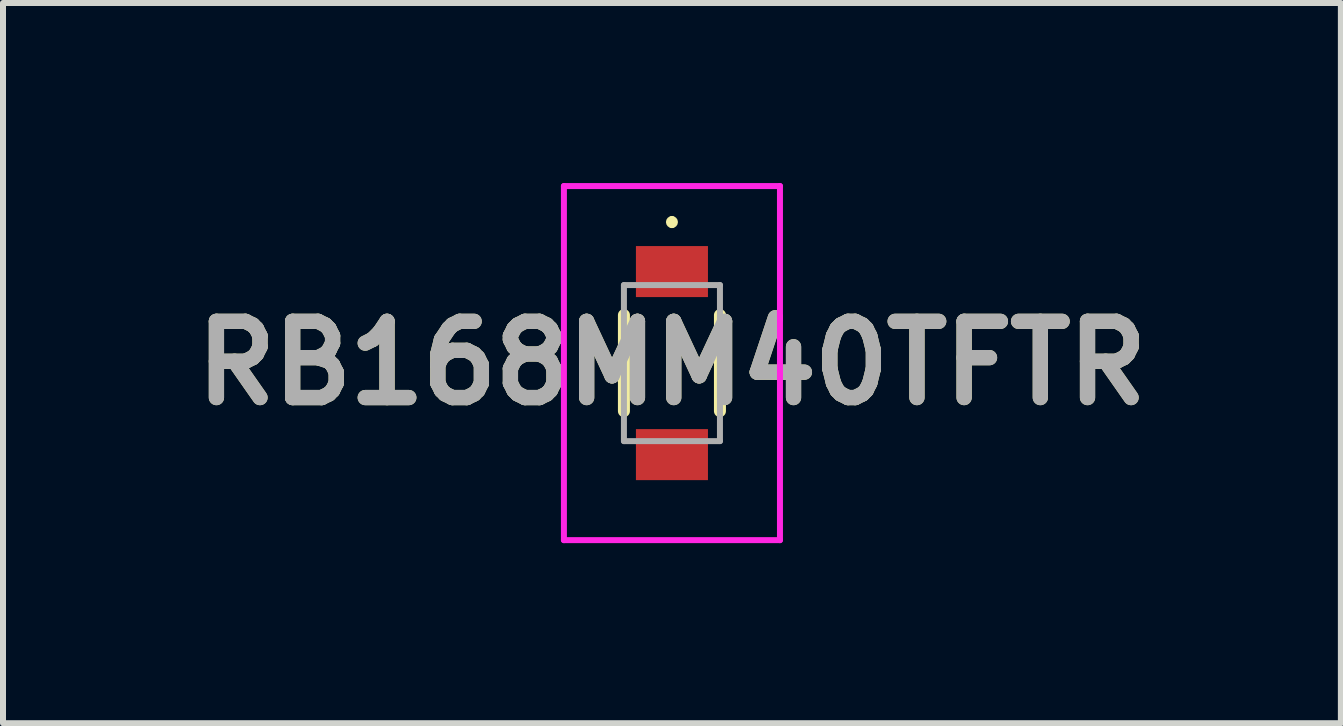
<source format=kicad_pcb>
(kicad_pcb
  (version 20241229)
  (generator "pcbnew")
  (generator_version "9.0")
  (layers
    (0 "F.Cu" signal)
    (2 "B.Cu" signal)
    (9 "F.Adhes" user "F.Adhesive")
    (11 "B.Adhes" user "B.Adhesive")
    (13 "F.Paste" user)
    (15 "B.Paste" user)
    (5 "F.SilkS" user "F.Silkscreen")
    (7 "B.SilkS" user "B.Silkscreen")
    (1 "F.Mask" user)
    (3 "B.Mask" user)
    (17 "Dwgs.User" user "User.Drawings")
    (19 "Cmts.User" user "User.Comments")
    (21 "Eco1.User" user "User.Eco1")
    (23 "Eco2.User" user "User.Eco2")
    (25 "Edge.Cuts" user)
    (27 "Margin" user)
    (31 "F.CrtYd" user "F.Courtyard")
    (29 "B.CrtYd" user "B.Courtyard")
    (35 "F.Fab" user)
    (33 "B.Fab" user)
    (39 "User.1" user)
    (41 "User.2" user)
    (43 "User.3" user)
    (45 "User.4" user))
  (footprint "RB168MM40TFTR"
    (layer "F.Cu")
    (at 8.146 3)
    (property "Reference" "RB168MM40TFTR" (at 0 0 0) (layer "F.SilkS") (effects (font (size 1.27 1.27) (thickness 0.254))))
    (attr smd)
    (fp_line (start -0.8 -0.8) (end -0.8 0.8) (stroke (width 0.2) (type solid)) (layer "F.SilkS"))
    (fp_line (start 0 -2.4) (end 0 -2.4) (stroke (width 0.1) (type solid)) (layer "F.SilkS"))
    (fp_line (start 0 -2.3) (end 0 -2.3) (stroke (width 0.1) (type solid)) (layer "F.SilkS"))
    (fp_line (start 0.8 -0.8) (end 0.8 0.8) (stroke (width 0.2) (type solid)) (layer "F.SilkS"))
    (fp_arc (start 0 -2.4) (mid 0.05 -2.35) (end 0 -2.3) (stroke (width 0.1) (type solid)) (layer "F.SilkS"))
    (fp_arc (start 0 -2.3) (mid -0.05 -2.35) (end 0 -2.4) (stroke (width 0.1) (type solid)) (layer "F.SilkS"))
    (fp_line (start -1.8 -2.95) (end 1.8 -2.95) (stroke (width 0.1) (type solid)) (layer "F.CrtYd"))
    (fp_line (start -1.8 2.95) (end -1.8 -2.95) (stroke (width 0.1) (type solid)) (layer "F.CrtYd"))
    (fp_line (start 1.8 -2.95) (end 1.8 2.95) (stroke (width 0.1) (type solid)) (layer "F.CrtYd"))
    (fp_line (start 1.8 2.95) (end -1.8 2.95) (stroke (width 0.1) (type solid)) (layer "F.CrtYd"))
    (fp_line (start -0.8 -1.3) (end 0.8 -1.3) (stroke (width 0.1) (type solid)) (layer "F.Fab"))
    (fp_line (start -0.8 1.3) (end -0.8 -1.3) (stroke (width 0.1) (type solid)) (layer "F.Fab"))
    (fp_line (start 0.8 -1.3) (end 0.8 1.3) (stroke (width 0.1) (type solid)) (layer "F.Fab"))
    (fp_line (start 0.8 1.3) (end -0.8 1.3) (stroke (width 0.1) (type solid)) (layer "F.Fab"))
    (fp_text user "${REFERENCE}" (at 0 0 0) (layer "F.Fab") (effects (font (size 1.27 1.27) (thickness 0.254))))
    (pad "1" smd rect (at 0 -1.525 90) (size 0.85 1.2) (layers "F.Cu" "F.Mask" "F.Paste"))
    (pad "2" smd rect (at 0 1.525 90) (size 0.85 1.2) (layers "F.Cu" "F.Mask" "F.Paste")))
  (gr_rect
    (start -3 -3)
    (end 19.292 9)
    (stroke (width 0.1) (type default))
    (fill no)
    (layer "Edge.Cuts")))
</source>
